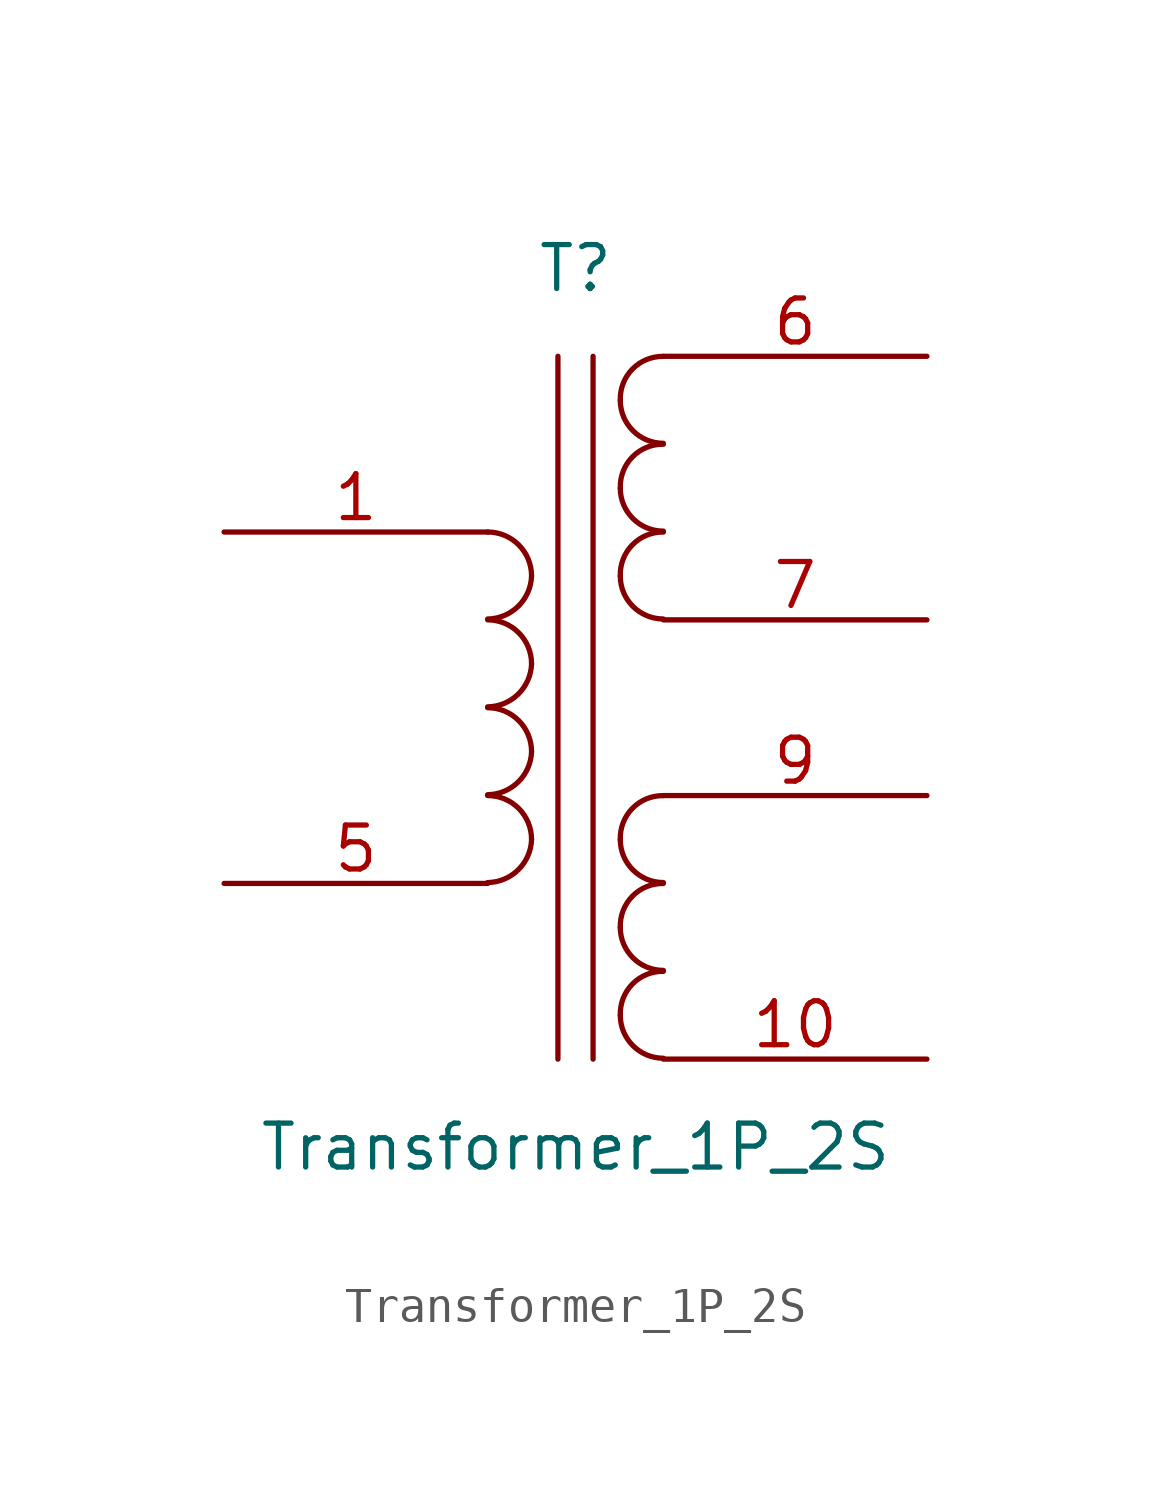
<source format=kicad_sym>
(kicad_symbol_lib
  (version 20241209)
  (generator "kicad_symbol_editor")
  (generator_version "9.0")
  (symbol "Transformer_1P_2S"
    (pin_names
      (offset 1.016)
      (hide yes))
    (property "Reference" "T"
      (at 0 12.7 0)
      (effects (font (size 1.27 1.27))))
    (property "Value" "Transformer_1P_2S"
      (at 0 -12.7 0)
      (effects (font (size 1.27 1.27))))
    (symbol "Transformer_1P_2S_0_1"
      (arc (start -1.27 3.81) (mid -1.656 2.9336) (end -2.54 2.5654) (stroke (width 0) (type default)) (fill (type none)))
      (arc (start -1.27 1.27) (mid -1.656 0.3936) (end -2.54 0.0254) (stroke (width 0) (type default)) (fill (type none)))
      (arc (start -1.27 -1.27) (mid -1.656 -2.1464) (end -2.54 -2.5146) (stroke (width 0) (type default)) (fill (type none)))
      (arc (start -1.27 -3.81) (mid -1.656 -4.6864) (end -2.54 -5.0546) (stroke (width 0) (type default)) (fill (type none)))
      (arc (start -2.54 5.08) (mid -1.642 4.708) (end -1.27 3.81) (stroke (width 0) (type default)) (fill (type none)))
      (arc (start -2.54 2.54) (mid -1.642 2.168) (end -1.27 1.27) (stroke (width 0) (type default)) (fill (type none)))
      (arc (start -2.54 0) (mid -1.642 -0.372) (end -1.27 -1.27) (stroke (width 0) (type default)) (fill (type none)))
      (arc (start -2.54 -2.54) (mid -1.642 -2.912) (end -1.27 -3.81) (stroke (width 0) (type default)) (fill (type none)))
      (polyline (pts (xy -0.508 -10.16) (xy -0.508 10.16)) (stroke (width 0) (type default)) (fill (type none)))
      (polyline (pts (xy 0.508 10.16) (xy 0.508 -10.16)) (stroke (width 0) (type default)) (fill (type none)))
      (arc (start 1.2954 8.89) (mid 1.6457 9.7917) (end 2.54 10.16) (stroke (width 0) (type default)) (fill (type none)))
      (arc (start 1.2954 6.35) (mid 1.6457 7.2517) (end 2.54 7.62) (stroke (width 0) (type default)) (fill (type none)))
      (arc (start 1.2954 3.81) (mid 1.6457 4.7117) (end 2.54 5.08) (stroke (width 0) (type default)) (fill (type none)))
      (arc (start 1.2954 -3.81) (mid 1.6457 -2.9083) (end 2.54 -2.54) (stroke (width 0) (type default)) (fill (type none)))
      (arc (start 1.2954 -6.35) (mid 1.6457 -5.4483) (end 2.54 -5.08) (stroke (width 0) (type default)) (fill (type none)))
      (arc (start 1.2954 -8.89) (mid 1.6457 -7.9883) (end 2.54 -7.62) (stroke (width 0) (type default)) (fill (type none)))
      (arc (start 2.54 7.6454) (mid 1.6599 8.0099) (end 1.2954 8.89) (stroke (width 0) (type default)) (fill (type none)))
      (arc (start 2.54 5.1054) (mid 1.6599 5.4699) (end 1.2954 6.35) (stroke (width 0) (type default)) (fill (type none)))
      (arc (start 2.54 2.5654) (mid 1.6599 2.9299) (end 1.2954 3.81) (stroke (width 0) (type default)) (fill (type none)))
      (arc (start 2.54 -5.0546) (mid 1.6599 -4.6901) (end 1.2954 -3.81) (stroke (width 0) (type default)) (fill (type none)))
      (arc (start 2.54 -7.5946) (mid 1.6599 -7.2301) (end 1.2954 -6.35) (stroke (width 0) (type default)) (fill (type none)))
      (arc (start 2.54 -10.1346) (mid 1.6599 -9.7701) (end 1.2954 -8.89) (stroke (width 0) (type default)) (fill (type none))))
    (symbol "Transformer_1P_2S_1_1"
      (pin passive line (at -10.16 5.08 0) (length 7.62) (name "AA" (effects (font (size 1.27 1.27)))) (number "1" (effects (font (size 1.27 1.27)))))
      (pin passive line (at -10.16 -5.08 0) (length 7.62) (name "AB" (effects (font (size 1.27 1.27)))) (number "5" (effects (font (size 1.27 1.27)))))
      (pin passive line (at 10.16 10.16 180) (length 7.62) (name "SA" (effects (font (size 1.27 1.27)))) (number "6" (effects (font (size 1.27 1.27)))))
      (pin passive line (at 10.16 2.54 180) (length 7.62) (name "SB" (effects (font (size 1.27 1.27)))) (number "7" (effects (font (size 1.27 1.27)))))
      (pin passive line (at 10.16 -2.54 180) (length 7.62) (name "SC" (effects (font (size 1.27 1.27)))) (number "9" (effects (font (size 1.27 1.27)))))
      (pin passive line (at 10.16 -10.16 180) (length 7.62) (name "SD" (effects (font (size 1.27 1.27)))) (number "10" (effects (font (size 1.27 1.27))))))))
</source>
